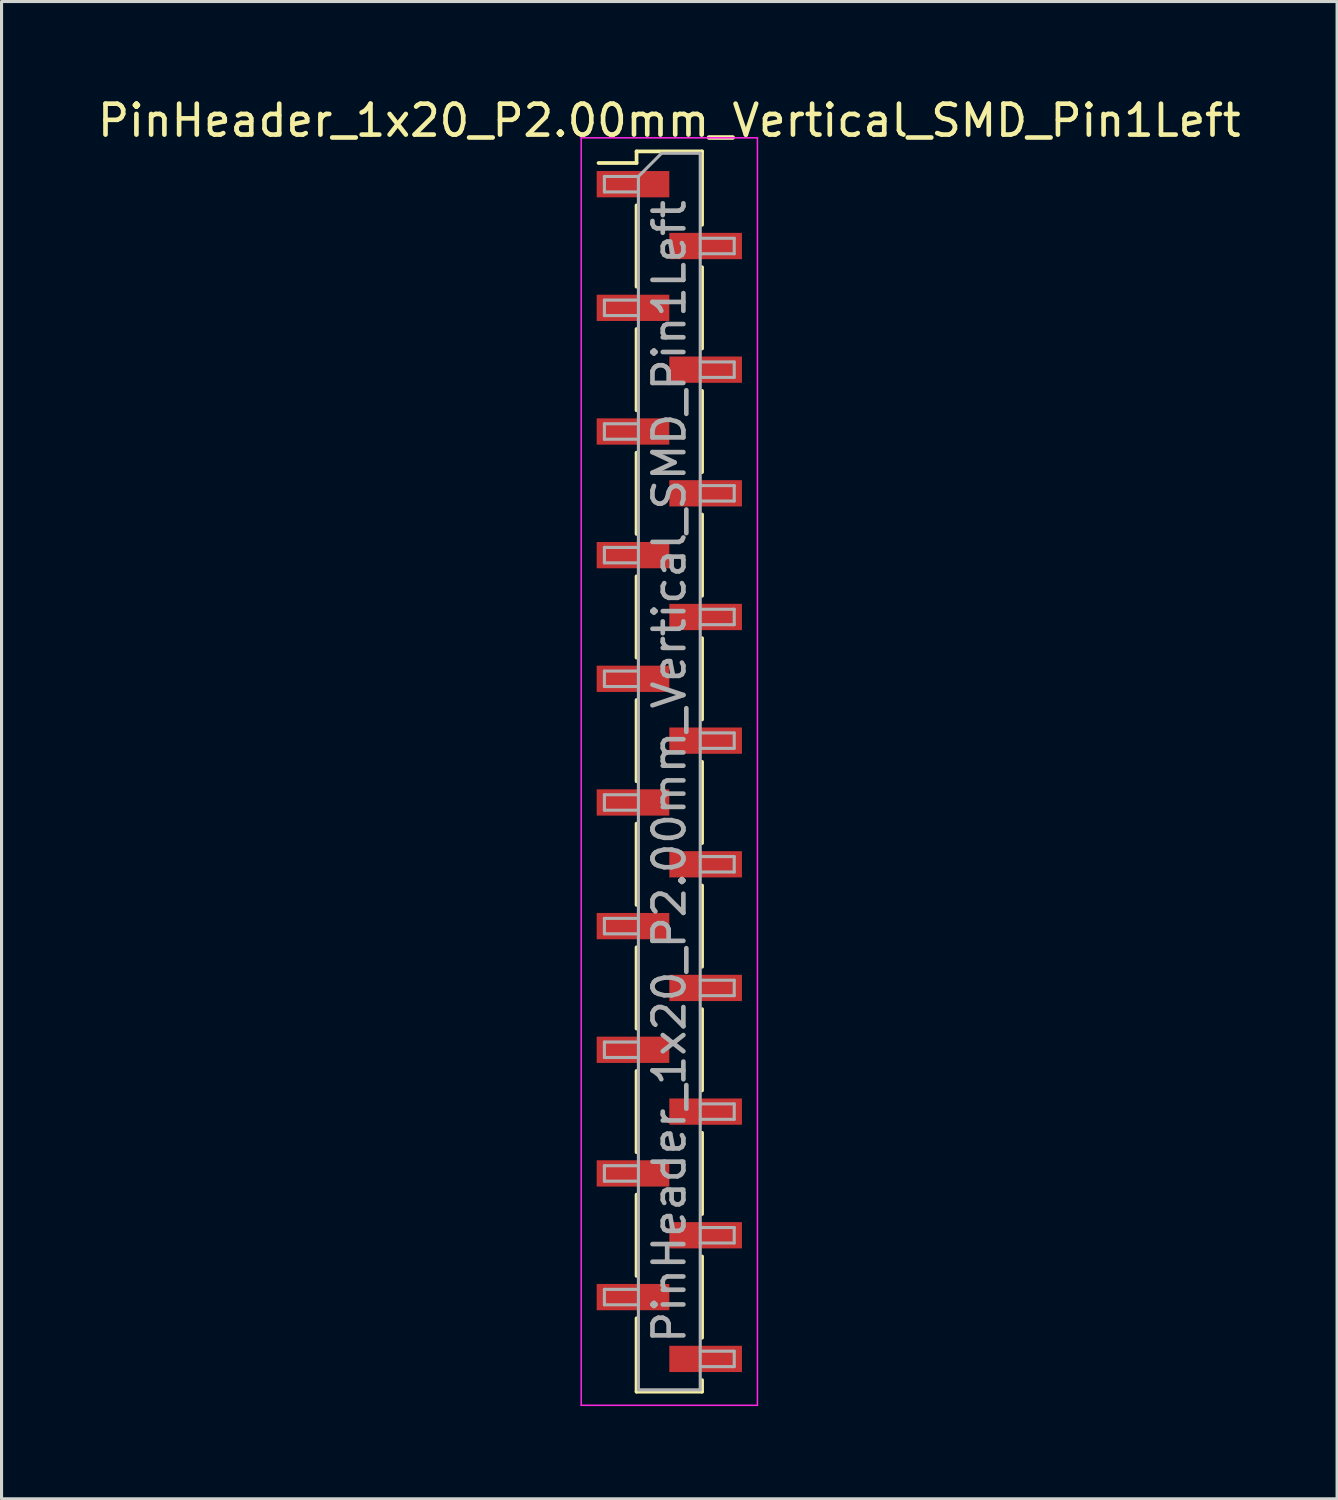
<source format=kicad_pcb>
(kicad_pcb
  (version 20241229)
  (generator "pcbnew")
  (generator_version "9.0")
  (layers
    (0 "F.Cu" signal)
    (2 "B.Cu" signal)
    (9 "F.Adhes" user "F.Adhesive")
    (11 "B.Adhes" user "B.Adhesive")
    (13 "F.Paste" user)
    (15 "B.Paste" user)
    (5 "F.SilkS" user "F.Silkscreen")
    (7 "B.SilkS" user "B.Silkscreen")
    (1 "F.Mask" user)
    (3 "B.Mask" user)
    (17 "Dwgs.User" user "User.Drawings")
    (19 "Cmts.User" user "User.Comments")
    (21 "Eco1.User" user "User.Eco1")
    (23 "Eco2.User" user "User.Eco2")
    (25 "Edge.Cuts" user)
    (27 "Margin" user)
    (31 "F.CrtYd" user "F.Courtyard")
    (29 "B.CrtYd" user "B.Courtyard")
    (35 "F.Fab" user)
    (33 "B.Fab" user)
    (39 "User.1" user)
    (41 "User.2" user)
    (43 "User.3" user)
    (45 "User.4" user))
  (footprint "PinHeader_1x20_P2.00mm_Vertical_SMD_Pin1Left"
    (layer "F.Cu")
    (at 18.601 21.908)
    (property "Reference" "PinHeader_1x20_P2.00mm_Vertical_SMD_Pin1Left" (at 0 -21.06 0) (layer "F.SilkS") (effects (font (size 1 1) (thickness 0.15))))
    (attr smd)
    (fp_line (start -1.06 -20.06) (end -1.06 -19.685) (stroke (width 0.12) (type solid)) (layer "F.SilkS"))
    (fp_line (start -1.06 -20.06) (end 1.06 -20.06) (stroke (width 0.12) (type solid)) (layer "F.SilkS"))
    (fp_line (start -1.06 -19.685) (end -2.29 -19.685) (stroke (width 0.12) (type solid)) (layer "F.SilkS"))
    (fp_line (start -1.06 -18.315) (end -1.06 -15.685) (stroke (width 0.12) (type solid)) (layer "F.SilkS"))
    (fp_line (start -1.06 -14.315) (end -1.06 -11.685) (stroke (width 0.12) (type solid)) (layer "F.SilkS"))
    (fp_line (start -1.06 -10.315) (end -1.06 -7.685) (stroke (width 0.12) (type solid)) (layer "F.SilkS"))
    (fp_line (start -1.06 -6.315) (end -1.06 -3.685) (stroke (width 0.12) (type solid)) (layer "F.SilkS"))
    (fp_line (start -1.06 -2.315) (end -1.06 0.315) (stroke (width 0.12) (type solid)) (layer "F.SilkS"))
    (fp_line (start -1.06 1.685) (end -1.06 4.315) (stroke (width 0.12) (type solid)) (layer "F.SilkS"))
    (fp_line (start -1.06 5.685) (end -1.06 8.315) (stroke (width 0.12) (type solid)) (layer "F.SilkS"))
    (fp_line (start -1.06 9.685) (end -1.06 12.315) (stroke (width 0.12) (type solid)) (layer "F.SilkS"))
    (fp_line (start -1.06 13.685) (end -1.06 16.315) (stroke (width 0.12) (type solid)) (layer "F.SilkS"))
    (fp_line (start -1.06 17.685) (end -1.06 20.06) (stroke (width 0.12) (type solid)) (layer "F.SilkS"))
    (fp_line (start -1.06 20.06) (end 1.06 20.06) (stroke (width 0.12) (type solid)) (layer "F.SilkS"))
    (fp_line (start 1.06 -20.06) (end 1.06 -17.685) (stroke (width 0.12) (type solid)) (layer "F.SilkS"))
    (fp_line (start 1.06 -16.315) (end 1.06 -13.685) (stroke (width 0.12) (type solid)) (layer "F.SilkS"))
    (fp_line (start 1.06 -12.315) (end 1.06 -9.685) (stroke (width 0.12) (type solid)) (layer "F.SilkS"))
    (fp_line (start 1.06 -8.315) (end 1.06 -5.685) (stroke (width 0.12) (type solid)) (layer "F.SilkS"))
    (fp_line (start 1.06 -4.315) (end 1.06 -1.685) (stroke (width 0.12) (type solid)) (layer "F.SilkS"))
    (fp_line (start 1.06 -0.315) (end 1.06 2.315) (stroke (width 0.12) (type solid)) (layer "F.SilkS"))
    (fp_line (start 1.06 3.685) (end 1.06 6.315) (stroke (width 0.12) (type solid)) (layer "F.SilkS"))
    (fp_line (start 1.06 7.685) (end 1.06 10.315) (stroke (width 0.12) (type solid)) (layer "F.SilkS"))
    (fp_line (start 1.06 11.685) (end 1.06 14.315) (stroke (width 0.12) (type solid)) (layer "F.SilkS"))
    (fp_line (start 1.06 15.685) (end 1.06 18.315) (stroke (width 0.12) (type solid)) (layer "F.SilkS"))
    (fp_line (start 1.06 19.685) (end 1.06 20.06) (stroke (width 0.12) (type solid)) (layer "F.SilkS"))
    (fp_line (start -2.85 -20.5) (end -2.85 20.5) (stroke (width 0.05) (type solid)) (layer "F.CrtYd"))
    (fp_line (start -2.85 20.5) (end 2.85 20.5) (stroke (width 0.05) (type solid)) (layer "F.CrtYd"))
    (fp_line (start 2.85 -20.5) (end -2.85 -20.5) (stroke (width 0.05) (type solid)) (layer "F.CrtYd"))
    (fp_line (start 2.85 20.5) (end 2.85 -20.5) (stroke (width 0.05) (type solid)) (layer "F.CrtYd"))
    (fp_line (start -2.1 -19.25) (end -2.1 -18.75) (stroke (width 0.1) (type solid)) (layer "F.Fab"))
    (fp_line (start -2.1 -18.75) (end -1 -18.75) (stroke (width 0.1) (type solid)) (layer "F.Fab"))
    (fp_line (start -2.1 -15.25) (end -2.1 -14.75) (stroke (width 0.1) (type solid)) (layer "F.Fab"))
    (fp_line (start -2.1 -14.75) (end -1 -14.75) (stroke (width 0.1) (type solid)) (layer "F.Fab"))
    (fp_line (start -2.1 -11.25) (end -2.1 -10.75) (stroke (width 0.1) (type solid)) (layer "F.Fab"))
    (fp_line (start -2.1 -10.75) (end -1 -10.75) (stroke (width 0.1) (type solid)) (layer "F.Fab"))
    (fp_line (start -2.1 -7.25) (end -2.1 -6.75) (stroke (width 0.1) (type solid)) (layer "F.Fab"))
    (fp_line (start -2.1 -6.75) (end -1 -6.75) (stroke (width 0.1) (type solid)) (layer "F.Fab"))
    (fp_line (start -2.1 -3.25) (end -2.1 -2.75) (stroke (width 0.1) (type solid)) (layer "F.Fab"))
    (fp_line (start -2.1 -2.75) (end -1 -2.75) (stroke (width 0.1) (type solid)) (layer "F.Fab"))
    (fp_line (start -2.1 0.75) (end -2.1 1.25) (stroke (width 0.1) (type solid)) (layer "F.Fab"))
    (fp_line (start -2.1 1.25) (end -1 1.25) (stroke (width 0.1) (type solid)) (layer "F.Fab"))
    (fp_line (start -2.1 4.75) (end -2.1 5.25) (stroke (width 0.1) (type solid)) (layer "F.Fab"))
    (fp_line (start -2.1 5.25) (end -1 5.25) (stroke (width 0.1) (type solid)) (layer "F.Fab"))
    (fp_line (start -2.1 8.75) (end -2.1 9.25) (stroke (width 0.1) (type solid)) (layer "F.Fab"))
    (fp_line (start -2.1 9.25) (end -1 9.25) (stroke (width 0.1) (type solid)) (layer "F.Fab"))
    (fp_line (start -2.1 12.75) (end -2.1 13.25) (stroke (width 0.1) (type solid)) (layer "F.Fab"))
    (fp_line (start -2.1 13.25) (end -1 13.25) (stroke (width 0.1) (type solid)) (layer "F.Fab"))
    (fp_line (start -2.1 16.75) (end -2.1 17.25) (stroke (width 0.1) (type solid)) (layer "F.Fab"))
    (fp_line (start -2.1 17.25) (end -1 17.25) (stroke (width 0.1) (type solid)) (layer "F.Fab"))
    (fp_line (start -1 -19.25) (end -2.1 -19.25) (stroke (width 0.1) (type solid)) (layer "F.Fab"))
    (fp_line (start -1 -19.25) (end -0.25 -20) (stroke (width 0.1) (type solid)) (layer "F.Fab"))
    (fp_line (start -1 -15.25) (end -2.1 -15.25) (stroke (width 0.1) (type solid)) (layer "F.Fab"))
    (fp_line (start -1 -11.25) (end -2.1 -11.25) (stroke (width 0.1) (type solid)) (layer "F.Fab"))
    (fp_line (start -1 -7.25) (end -2.1 -7.25) (stroke (width 0.1) (type solid)) (layer "F.Fab"))
    (fp_line (start -1 -3.25) (end -2.1 -3.25) (stroke (width 0.1) (type solid)) (layer "F.Fab"))
    (fp_line (start -1 0.75) (end -2.1 0.75) (stroke (width 0.1) (type solid)) (layer "F.Fab"))
    (fp_line (start -1 4.75) (end -2.1 4.75) (stroke (width 0.1) (type solid)) (layer "F.Fab"))
    (fp_line (start -1 8.75) (end -2.1 8.75) (stroke (width 0.1) (type solid)) (layer "F.Fab"))
    (fp_line (start -1 12.75) (end -2.1 12.75) (stroke (width 0.1) (type solid)) (layer "F.Fab"))
    (fp_line (start -1 16.75) (end -2.1 16.75) (stroke (width 0.1) (type solid)) (layer "F.Fab"))
    (fp_line (start -1 20) (end -1 -19.25) (stroke (width 0.1) (type solid)) (layer "F.Fab"))
    (fp_line (start -0.25 -20) (end 1 -20) (stroke (width 0.1) (type solid)) (layer "F.Fab"))
    (fp_line (start 1 -20) (end 1 20) (stroke (width 0.1) (type solid)) (layer "F.Fab"))
    (fp_line (start 1 -17.25) (end 2.1 -17.25) (stroke (width 0.1) (type solid)) (layer "F.Fab"))
    (fp_line (start 1 -13.25) (end 2.1 -13.25) (stroke (width 0.1) (type solid)) (layer "F.Fab"))
    (fp_line (start 1 -9.25) (end 2.1 -9.25) (stroke (width 0.1) (type solid)) (layer "F.Fab"))
    (fp_line (start 1 -5.25) (end 2.1 -5.25) (stroke (width 0.1) (type solid)) (layer "F.Fab"))
    (fp_line (start 1 -1.25) (end 2.1 -1.25) (stroke (width 0.1) (type solid)) (layer "F.Fab"))
    (fp_line (start 1 2.75) (end 2.1 2.75) (stroke (width 0.1) (type solid)) (layer "F.Fab"))
    (fp_line (start 1 6.75) (end 2.1 6.75) (stroke (width 0.1) (type solid)) (layer "F.Fab"))
    (fp_line (start 1 10.75) (end 2.1 10.75) (stroke (width 0.1) (type solid)) (layer "F.Fab"))
    (fp_line (start 1 14.75) (end 2.1 14.75) (stroke (width 0.1) (type solid)) (layer "F.Fab"))
    (fp_line (start 1 18.75) (end 2.1 18.75) (stroke (width 0.1) (type solid)) (layer "F.Fab"))
    (fp_line (start 1 20) (end -1 20) (stroke (width 0.1) (type solid)) (layer "F.Fab"))
    (fp_line (start 2.1 -17.25) (end 2.1 -16.75) (stroke (width 0.1) (type solid)) (layer "F.Fab"))
    (fp_line (start 2.1 -16.75) (end 1 -16.75) (stroke (width 0.1) (type solid)) (layer "F.Fab"))
    (fp_line (start 2.1 -13.25) (end 2.1 -12.75) (stroke (width 0.1) (type solid)) (layer "F.Fab"))
    (fp_line (start 2.1 -12.75) (end 1 -12.75) (stroke (width 0.1) (type solid)) (layer "F.Fab"))
    (fp_line (start 2.1 -9.25) (end 2.1 -8.75) (stroke (width 0.1) (type solid)) (layer "F.Fab"))
    (fp_line (start 2.1 -8.75) (end 1 -8.75) (stroke (width 0.1) (type solid)) (layer "F.Fab"))
    (fp_line (start 2.1 -5.25) (end 2.1 -4.75) (stroke (width 0.1) (type solid)) (layer "F.Fab"))
    (fp_line (start 2.1 -4.75) (end 1 -4.75) (stroke (width 0.1) (type solid)) (layer "F.Fab"))
    (fp_line (start 2.1 -1.25) (end 2.1 -0.75) (stroke (width 0.1) (type solid)) (layer "F.Fab"))
    (fp_line (start 2.1 -0.75) (end 1 -0.75) (stroke (width 0.1) (type solid)) (layer "F.Fab"))
    (fp_line (start 2.1 2.75) (end 2.1 3.25) (stroke (width 0.1) (type solid)) (layer "F.Fab"))
    (fp_line (start 2.1 3.25) (end 1 3.25) (stroke (width 0.1) (type solid)) (layer "F.Fab"))
    (fp_line (start 2.1 6.75) (end 2.1 7.25) (stroke (width 0.1) (type solid)) (layer "F.Fab"))
    (fp_line (start 2.1 7.25) (end 1 7.25) (stroke (width 0.1) (type solid)) (layer "F.Fab"))
    (fp_line (start 2.1 10.75) (end 2.1 11.25) (stroke (width 0.1) (type solid)) (layer "F.Fab"))
    (fp_line (start 2.1 11.25) (end 1 11.25) (stroke (width 0.1) (type solid)) (layer "F.Fab"))
    (fp_line (start 2.1 14.75) (end 2.1 15.25) (stroke (width 0.1) (type solid)) (layer "F.Fab"))
    (fp_line (start 2.1 15.25) (end 1 15.25) (stroke (width 0.1) (type solid)) (layer "F.Fab"))
    (fp_line (start 2.1 18.75) (end 2.1 19.25) (stroke (width 0.1) (type solid)) (layer "F.Fab"))
    (fp_line (start 2.1 19.25) (end 1 19.25) (stroke (width 0.1) (type solid)) (layer "F.Fab"))
    (fp_text user "${REFERENCE}" (at 0 0 90) (layer "F.Fab") (effects (font (size 1 1) (thickness 0.15))))
    (pad "1" smd rect (at -1.175 -19) (size 2.35 0.85) (layers "F.Cu" "F.Mask" "F.Paste"))
    (pad "2" smd rect (at 1.175 -17) (size 2.35 0.85) (layers "F.Cu" "F.Mask" "F.Paste"))
    (pad "3" smd rect (at -1.175 -15) (size 2.35 0.85) (layers "F.Cu" "F.Mask" "F.Paste"))
    (pad "4" smd rect (at 1.175 -13) (size 2.35 0.85) (layers "F.Cu" "F.Mask" "F.Paste"))
    (pad "5" smd rect (at -1.175 -11) (size 2.35 0.85) (layers "F.Cu" "F.Mask" "F.Paste"))
    (pad "6" smd rect (at 1.175 -9) (size 2.35 0.85) (layers "F.Cu" "F.Mask" "F.Paste"))
    (pad "7" smd rect (at -1.175 -7) (size 2.35 0.85) (layers "F.Cu" "F.Mask" "F.Paste"))
    (pad "8" smd rect (at 1.175 -5) (size 2.35 0.85) (layers "F.Cu" "F.Mask" "F.Paste"))
    (pad "9" smd rect (at -1.175 -3) (size 2.35 0.85) (layers "F.Cu" "F.Mask" "F.Paste"))
    (pad "10" smd rect (at 1.175 -1) (size 2.35 0.85) (layers "F.Cu" "F.Mask" "F.Paste"))
    (pad "11" smd rect (at -1.175 1) (size 2.35 0.85) (layers "F.Cu" "F.Mask" "F.Paste"))
    (pad "12" smd rect (at 1.175 3) (size 2.35 0.85) (layers "F.Cu" "F.Mask" "F.Paste"))
    (pad "13" smd rect (at -1.175 5) (size 2.35 0.85) (layers "F.Cu" "F.Mask" "F.Paste"))
    (pad "14" smd rect (at 1.175 7) (size 2.35 0.85) (layers "F.Cu" "F.Mask" "F.Paste"))
    (pad "15" smd rect (at -1.175 9) (size 2.35 0.85) (layers "F.Cu" "F.Mask" "F.Paste"))
    (pad "16" smd rect (at 1.175 11) (size 2.35 0.85) (layers "F.Cu" "F.Mask" "F.Paste"))
    (pad "17" smd rect (at -1.175 13) (size 2.35 0.85) (layers "F.Cu" "F.Mask" "F.Paste"))
    (pad "18" smd rect (at 1.175 15) (size 2.35 0.85) (layers "F.Cu" "F.Mask" "F.Paste"))
    (pad "19" smd rect (at -1.175 17) (size 2.35 0.85) (layers "F.Cu" "F.Mask" "F.Paste"))
    (pad "20" smd rect (at 1.175 19) (size 2.35 0.85) (layers "F.Cu" "F.Mask" "F.Paste")))
  (gr_rect
    (start -3 -3)
    (end 40.202 45.433)
    (stroke (width 0.1) (type default))
    (fill no)
    (layer "Edge.Cuts")))
</source>
